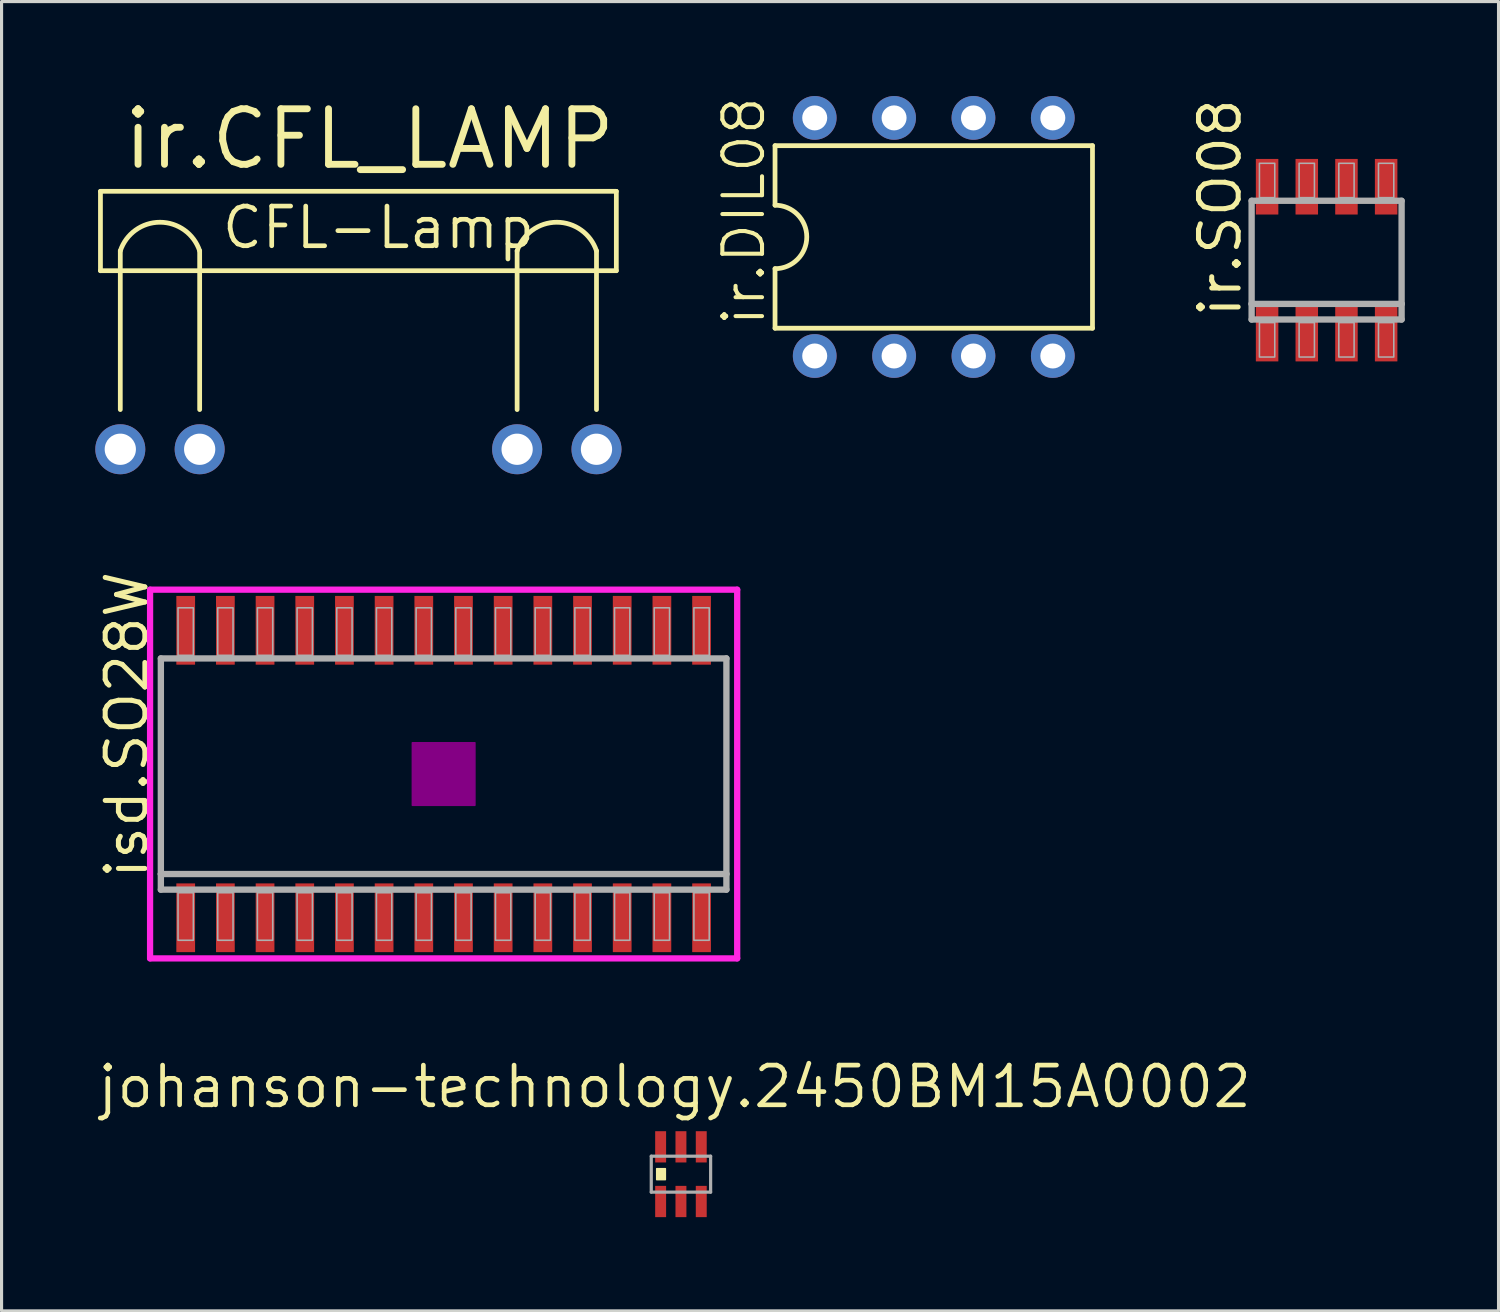
<source format=kicad_pcb>
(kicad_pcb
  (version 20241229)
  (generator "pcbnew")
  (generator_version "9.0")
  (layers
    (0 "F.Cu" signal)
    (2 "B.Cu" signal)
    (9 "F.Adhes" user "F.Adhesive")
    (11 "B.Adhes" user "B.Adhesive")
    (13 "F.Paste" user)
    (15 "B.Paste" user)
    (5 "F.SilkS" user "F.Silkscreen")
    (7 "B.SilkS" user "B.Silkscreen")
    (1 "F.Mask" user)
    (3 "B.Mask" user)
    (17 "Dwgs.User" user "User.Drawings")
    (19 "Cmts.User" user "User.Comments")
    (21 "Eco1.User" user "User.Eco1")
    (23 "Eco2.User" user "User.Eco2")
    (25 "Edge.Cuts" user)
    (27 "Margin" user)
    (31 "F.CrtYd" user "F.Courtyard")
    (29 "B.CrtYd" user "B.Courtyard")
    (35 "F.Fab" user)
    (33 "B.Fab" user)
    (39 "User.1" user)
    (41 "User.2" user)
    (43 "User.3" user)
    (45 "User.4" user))
  (footprint "ir.DIL08"
    (layer "F.Cu")
    (at 26.834 4.533)
    (property "Reference" "ir.DIL08" (at -5.334 2.921 90) (layer "F.SilkS") (effects (font (size 1.27 1.27) (thickness 0.13)) (justify left bottom)))
    (attr through_hole)
    (fp_line (start -5.08 -2.921) (end -5.08 -1.016) (stroke (width 0.152) (type default)) (layer "F.SilkS"))
    (fp_line (start -5.08 2.921) (end -5.08 1.016) (stroke (width 0.152) (type default)) (layer "F.SilkS"))
    (fp_line (start -5.08 2.921) (end 5.08 2.921) (stroke (width 0.152) (type default)) (layer "F.SilkS"))
    (fp_line (start 5.08 -2.921) (end -5.08 -2.921) (stroke (width 0.152) (type default)) (layer "F.SilkS"))
    (fp_line (start 5.08 -2.921) (end 5.08 2.921) (stroke (width 0.152) (type default)) (layer "F.SilkS"))
    (fp_arc (start -5.08 -1.016) (mid -4.064 0) (end -5.08 1.016) (stroke (width 0.1524) (type default)) (layer "F.SilkS"))
    (pad "1" thru_hole circle (at -3.81 3.81 90) (size 1.4 1.4) (drill 0.8) (layers "*.Cu" "*.Mask"))
    (pad "2" thru_hole circle (at -1.27 3.81 90) (size 1.4 1.4) (drill 0.8) (layers "*.Cu" "*.Mask"))
    (pad "3" thru_hole circle (at 1.27 3.81 90) (size 1.4 1.4) (drill 0.8) (layers "*.Cu" "*.Mask"))
    (pad "4" thru_hole circle (at 3.81 3.81 90) (size 1.4 1.4) (drill 0.8) (layers "*.Cu" "*.Mask"))
    (pad "5" thru_hole circle (at 3.81 -3.81 90) (size 1.4 1.4) (drill 0.8) (layers "*.Cu" "*.Mask"))
    (pad "6" thru_hole circle (at 1.27 -3.81 90) (size 1.4 1.4) (drill 0.8) (layers "*.Cu" "*.Mask"))
    (pad "7" thru_hole circle (at -1.27 -3.81 90) (size 1.4 1.4) (drill 0.8) (layers "*.Cu" "*.Mask"))
    (pad "8" thru_hole circle (at -3.81 -3.81 90) (size 1.4 1.4) (drill 0.8) (layers "*.Cu" "*.Mask")))
  (footprint "johanson-technology.2450BM15A0002"
    (layer "F.Cu")
    (at 18.743 34.528)
    (property "Reference" "johanson-technology.2450BM15A0002" (at -0.2 -2.8 0) (layer "F.SilkS") (effects (font (size 1.27 1.27) (thickness 0.15))))
    (attr smd)
    (fp_rect (start -0.775 0.175) (end -0.5 -0.175) (stroke (width 0.05) (type default)) (fill yes) (layer "F.SilkS"))
    (fp_line (start -0.95 -0.575) (end 0.95 -0.575) (stroke (width 0.102) (type default)) (layer "F.Fab"))
    (fp_line (start -0.95 0.575) (end -0.95 -0.575) (stroke (width 0.102) (type default)) (layer "F.Fab"))
    (fp_line (start 0.95 -0.575) (end 0.95 0.575) (stroke (width 0.102) (type default)) (layer "F.Fab"))
    (fp_line (start 0.95 0.575) (end -0.95 0.575) (stroke (width 0.102) (type default)) (layer "F.Fab"))
    (pad "1" smd roundrect (at -0.65 0.875) (size 0.35 1) (layers "F.Cu" "F.Mask" "F.Paste") (roundrect_rratio 0.01))
    (pad "2" smd roundrect (at 0 0.875) (size 0.35 1) (layers "F.Cu" "F.Mask" "F.Paste") (roundrect_rratio 0.01))
    (pad "3" smd roundrect (at 0.65 0.875) (size 0.35 1) (layers "F.Cu" "F.Mask" "F.Paste") (roundrect_rratio 0.01))
    (pad "4" smd roundrect (at 0.65 -0.875 180) (size 0.35 1) (layers "F.Cu" "F.Mask" "F.Paste") (roundrect_rratio 0.01))
    (pad "5" smd roundrect (at 0 -0.875 180) (size 0.35 1) (layers "F.Cu" "F.Mask" "F.Paste") (roundrect_rratio 0.01))
    (pad "6" smd roundrect (at -0.65 -0.875 180) (size 0.35 1) (layers "F.Cu" "F.Mask" "F.Paste") (roundrect_rratio 0.01)))
  (footprint "ir.CFL_LAMP"
    (layer "F.Cu")
    (at 8.42 11.328)
    (property "Reference" "ir.CFL_LAMP" (at -7.62 -8.89 0) (layer "F.SilkS") (effects (font (size 1.778 1.778) (thickness 0.22)) (justify left bottom)))
    (attr through_hole)
    (fp_line (start -8.255 -8.255) (end 8.255 -8.255) (stroke (width 0.152) (type default)) (layer "F.SilkS"))
    (fp_line (start -8.255 -5.715) (end -8.255 -8.255) (stroke (width 0.152) (type default)) (layer "F.SilkS"))
    (fp_line (start -7.62 -1.27) (end -7.62 -6.35) (stroke (width 0.152) (type default)) (layer "F.SilkS"))
    (fp_line (start -5.08 -6.35) (end -5.08 -1.27) (stroke (width 0.152) (type default)) (layer "F.SilkS"))
    (fp_line (start 5.08 -1.27) (end 5.08 -6.35) (stroke (width 0.152) (type default)) (layer "F.SilkS"))
    (fp_line (start 7.62 -6.35) (end 7.62 -1.27) (stroke (width 0.152) (type default)) (layer "F.SilkS"))
    (fp_line (start 8.255 -8.255) (end 8.255 -5.715) (stroke (width 0.152) (type default)) (layer "F.SilkS"))
    (fp_line (start 8.255 -5.715) (end -8.255 -5.715) (stroke (width 0.152) (type default)) (layer "F.SilkS"))
    (fp_arc (start -7.62 -6.35) (mid -6.35 -7.265319) (end -5.08 -6.35) (stroke (width 0.1524) (type default)) (layer "F.SilkS"))
    (fp_arc (start 5.08 -6.35) (mid 6.35 -7.265387) (end 7.62 -6.35) (stroke (width 0.1524) (type default)) (layer "F.SilkS"))
    (fp_text user "CFL-Lamp" (at -4.445 -6.35 0) (layer "F.SilkS") (effects (font (size 1.27 1.27) (thickness 0.15)) (justify left bottom)))
    (pad "1" thru_hole circle (at -7.62 0) (size 1.6 1.6) (drill 1) (layers "*.Cu" "*.Mask"))
    (pad "2" thru_hole circle (at -5.08 0) (size 1.6 1.6) (drill 1) (layers "*.Cu" "*.Mask"))
    (pad "3" thru_hole circle (at 5.08 0) (size 1.6 1.6) (drill 1) (layers "*.Cu" "*.Mask"))
    (pad "4" thru_hole circle (at 7.62 0) (size 1.6 1.6) (drill 1) (layers "*.Cu" "*.Mask")))
  (footprint "ir.SO08"
    (layer "F.Cu")
    (at 39.407 5.276)
    (property "Reference" "ir.SO08" (at -2.667 1.905 90) (layer "F.SilkS") (effects (font (size 1.27 1.27) (thickness 0.16)) (justify left bottom)))
    (attr smd)
    (fp_line (start -2.4 -1.9) (end 2.4 -1.9) (stroke (width 0.203) (type default)) (layer "F.Fab"))
    (fp_line (start -2.4 1.4) (end -2.4 -1.9) (stroke (width 0.203) (type default)) (layer "F.Fab"))
    (fp_line (start -2.4 1.9) (end -2.4 1.4) (stroke (width 0.203) (type default)) (layer "F.Fab"))
    (fp_line (start 2.4 -1.9) (end 2.4 1.4) (stroke (width 0.203) (type default)) (layer "F.Fab"))
    (fp_line (start 2.4 1.4) (end -2.4 1.4) (stroke (width 0.203) (type default)) (layer "F.Fab"))
    (fp_line (start 2.4 1.4) (end 2.4 1.9) (stroke (width 0.203) (type default)) (layer "F.Fab"))
    (fp_line (start 2.4 1.9) (end -2.4 1.9) (stroke (width 0.203) (type default)) (layer "F.Fab"))
    (fp_rect (start -2.15 -2) (end -1.66 -3.1) (stroke (width 0.05) (type default)) (fill no) (layer "F.Fab"))
    (fp_rect (start -2.15 3.1) (end -1.66 2) (stroke (width 0.05) (type default)) (fill no) (layer "F.Fab"))
    (fp_rect (start -0.88 -2) (end -0.39 -3.1) (stroke (width 0.05) (type default)) (fill no) (layer "F.Fab"))
    (fp_rect (start -0.88 3.1) (end -0.39 2) (stroke (width 0.05) (type default)) (fill no) (layer "F.Fab"))
    (fp_rect (start 0.39 -2) (end 0.88 -3.1) (stroke (width 0.05) (type default)) (fill no) (layer "F.Fab"))
    (fp_rect (start 0.39 3.1) (end 0.88 2) (stroke (width 0.05) (type default)) (fill no) (layer "F.Fab"))
    (fp_rect (start 1.66 -2) (end 2.15 -3.1) (stroke (width 0.05) (type default)) (fill no) (layer "F.Fab"))
    (fp_rect (start 1.66 3.1) (end 2.15 2) (stroke (width 0.05) (type default)) (fill no) (layer "F.Fab"))
    (pad "1" smd roundrect (at -1.905 2.35) (size 0.72 1.78) (layers "F.Cu" "F.Mask" "F.Paste") (roundrect_rratio 0.01))
    (pad "2" smd roundrect (at -0.635 2.35) (size 0.72 1.78) (layers "F.Cu" "F.Mask" "F.Paste") (roundrect_rratio 0.01))
    (pad "3" smd roundrect (at 0.635 2.35) (size 0.72 1.78) (layers "F.Cu" "F.Mask" "F.Paste") (roundrect_rratio 0.01))
    (pad "4" smd roundrect (at 1.905 2.35) (size 0.72 1.78) (layers "F.Cu" "F.Mask" "F.Paste") (roundrect_rratio 0.01))
    (pad "5" smd roundrect (at 1.905 -2.35) (size 0.72 1.78) (layers "F.Cu" "F.Mask" "F.Paste") (roundrect_rratio 0.01))
    (pad "6" smd roundrect (at 0.635 -2.35) (size 0.72 1.78) (layers "F.Cu" "F.Mask" "F.Paste") (roundrect_rratio 0.01))
    (pad "7" smd roundrect (at -0.635 -2.35) (size 0.72 1.78) (layers "F.Cu" "F.Mask" "F.Paste") (roundrect_rratio 0.01))
    (pad "8" smd roundrect (at -1.905 -2.35) (size 0.72 1.78) (layers "F.Cu" "F.Mask" "F.Paste") (roundrect_rratio 0.01)))
  (footprint "isd.SO28W"
    (layer "F.Cu")
    (at 11.148 21.722)
    (property "Reference" "isd.SO28W" (at -9.398 3.429 90) (layer "F.SilkS") (effects (font (size 1.27 1.27) (thickness 0.16)) (justify left bottom)))
    (attr smd)
    (fp_rect (start -1 1) (end 1 -1) (stroke (width 0.05) (type default)) (fill yes) (layer "F.Adhes"))
    (fp_line (start -9.395 -5.9) (end 9.395 -5.9) (stroke (width 0.2) (type default)) (layer "F.CrtYd"))
    (fp_line (start -9.395 5.9) (end -9.395 -5.9) (stroke (width 0.2) (type default)) (layer "F.CrtYd"))
    (fp_line (start 9.395 -5.9) (end 9.395 5.9) (stroke (width 0.2) (type default)) (layer "F.CrtYd"))
    (fp_line (start 9.395 5.9) (end -9.395 5.9) (stroke (width 0.2) (type default)) (layer "F.CrtYd"))
    (fp_line (start -9.05 -3.7) (end 9.05 -3.7) (stroke (width 0.203) (type default)) (layer "F.Fab"))
    (fp_line (start -9.05 3.2) (end -9.05 -3.7) (stroke (width 0.203) (type default)) (layer "F.Fab"))
    (fp_line (start -9.05 3.7) (end -9.05 3.2) (stroke (width 0.203) (type default)) (layer "F.Fab"))
    (fp_line (start 9.05 -3.7) (end 9.05 3.2) (stroke (width 0.203) (type default)) (layer "F.Fab"))
    (fp_line (start 9.05 3.2) (end -9.05 3.2) (stroke (width 0.203) (type default)) (layer "F.Fab"))
    (fp_line (start 9.05 3.2) (end 9.05 3.7) (stroke (width 0.203) (type default)) (layer "F.Fab"))
    (fp_line (start 9.05 3.7) (end -9.05 3.7) (stroke (width 0.203) (type default)) (layer "F.Fab"))
    (fp_rect (start -8.5 -3.8) (end -8.01 -5.32) (stroke (width 0.05) (type default)) (fill no) (layer "F.Fab"))
    (fp_rect (start -8.5 5.32) (end -8.01 3.8) (stroke (width 0.05) (type default)) (fill no) (layer "F.Fab"))
    (fp_rect (start -7.23 -3.8) (end -6.74 -5.32) (stroke (width 0.05) (type default)) (fill no) (layer "F.Fab"))
    (fp_rect (start -7.23 5.32) (end -6.74 3.8) (stroke (width 0.05) (type default)) (fill no) (layer "F.Fab"))
    (fp_rect (start -5.96 -3.8) (end -5.47 -5.32) (stroke (width 0.05) (type default)) (fill no) (layer "F.Fab"))
    (fp_rect (start -5.96 5.32) (end -5.47 3.8) (stroke (width 0.05) (type default)) (fill no) (layer "F.Fab"))
    (fp_rect (start -4.69 -3.8) (end -4.2 -5.32) (stroke (width 0.05) (type default)) (fill no) (layer "F.Fab"))
    (fp_rect (start -4.69 5.32) (end -4.2 3.8) (stroke (width 0.05) (type default)) (fill no) (layer "F.Fab"))
    (fp_rect (start -3.42 -3.8) (end -2.93 -5.32) (stroke (width 0.05) (type default)) (fill no) (layer "F.Fab"))
    (fp_rect (start -3.42 5.32) (end -2.93 3.8) (stroke (width 0.05) (type default)) (fill no) (layer "F.Fab"))
    (fp_rect (start -2.15 -3.8) (end -1.66 -5.32) (stroke (width 0.05) (type default)) (fill no) (layer "F.Fab"))
    (fp_rect (start -2.15 5.32) (end -1.66 3.8) (stroke (width 0.05) (type default)) (fill no) (layer "F.Fab"))
    (fp_rect (start -0.88 -3.8) (end -0.39 -5.32) (stroke (width 0.05) (type default)) (fill no) (layer "F.Fab"))
    (fp_rect (start -0.88 5.32) (end -0.39 3.8) (stroke (width 0.05) (type default)) (fill no) (layer "F.Fab"))
    (fp_rect (start 0.39 -3.8) (end 0.88 -5.32) (stroke (width 0.05) (type default)) (fill no) (layer "F.Fab"))
    (fp_rect (start 0.39 5.32) (end 0.88 3.8) (stroke (width 0.05) (type default)) (fill no) (layer "F.Fab"))
    (fp_rect (start 1.66 -3.8) (end 2.15 -5.32) (stroke (width 0.05) (type default)) (fill no) (layer "F.Fab"))
    (fp_rect (start 1.66 5.32) (end 2.15 3.8) (stroke (width 0.05) (type default)) (fill no) (layer "F.Fab"))
    (fp_rect (start 2.93 -3.8) (end 3.42 -5.32) (stroke (width 0.05) (type default)) (fill no) (layer "F.Fab"))
    (fp_rect (start 2.93 5.32) (end 3.42 3.8) (stroke (width 0.05) (type default)) (fill no) (layer "F.Fab"))
    (fp_rect (start 4.2 -3.8) (end 4.69 -5.32) (stroke (width 0.05) (type default)) (fill no) (layer "F.Fab"))
    (fp_rect (start 4.2 5.32) (end 4.69 3.8) (stroke (width 0.05) (type default)) (fill no) (layer "F.Fab"))
    (fp_rect (start 5.47 -3.8) (end 5.96 -5.32) (stroke (width 0.05) (type default)) (fill no) (layer "F.Fab"))
    (fp_rect (start 5.47 5.32) (end 5.96 3.8) (stroke (width 0.05) (type default)) (fill no) (layer "F.Fab"))
    (fp_rect (start 6.74 -3.8) (end 7.23 -5.32) (stroke (width 0.05) (type default)) (fill no) (layer "F.Fab"))
    (fp_rect (start 6.74 5.32) (end 7.23 3.8) (stroke (width 0.05) (type default)) (fill no) (layer "F.Fab"))
    (fp_rect (start 8.01 -3.8) (end 8.5 -5.32) (stroke (width 0.05) (type default)) (fill no) (layer "F.Fab"))
    (fp_rect (start 8.01 5.32) (end 8.5 3.8) (stroke (width 0.05) (type default)) (fill no) (layer "F.Fab"))
    (pad "1" smd roundrect (at -8.255 4.6) (size 0.6 2.2) (layers "F.Cu" "F.Mask" "F.Paste") (roundrect_rratio 0.01))
    (pad "2" smd roundrect (at -6.985 4.6) (size 0.6 2.2) (layers "F.Cu" "F.Mask" "F.Paste") (roundrect_rratio 0.01))
    (pad "3" smd roundrect (at -5.715 4.6) (size 0.6 2.2) (layers "F.Cu" "F.Mask" "F.Paste") (roundrect_rratio 0.01))
    (pad "4" smd roundrect (at -4.445 4.6) (size 0.6 2.2) (layers "F.Cu" "F.Mask" "F.Paste") (roundrect_rratio 0.01))
    (pad "5" smd roundrect (at -3.175 4.6) (size 0.6 2.2) (layers "F.Cu" "F.Mask" "F.Paste") (roundrect_rratio 0.01))
    (pad "6" smd roundrect (at -1.905 4.6) (size 0.6 2.2) (layers "F.Cu" "F.Mask" "F.Paste") (roundrect_rratio 0.01))
    (pad "7" smd roundrect (at -0.635 4.6) (size 0.6 2.2) (layers "F.Cu" "F.Mask" "F.Paste") (roundrect_rratio 0.01))
    (pad "8" smd roundrect (at 0.635 4.6) (size 0.6 2.2) (layers "F.Cu" "F.Mask" "F.Paste") (roundrect_rratio 0.01))
    (pad "9" smd roundrect (at 1.905 4.6) (size 0.6 2.2) (layers "F.Cu" "F.Mask" "F.Paste") (roundrect_rratio 0.01))
    (pad "10" smd roundrect (at 3.175 4.6) (size 0.6 2.2) (layers "F.Cu" "F.Mask" "F.Paste") (roundrect_rratio 0.01))
    (pad "11" smd roundrect (at 4.445 4.6) (size 0.6 2.2) (layers "F.Cu" "F.Mask" "F.Paste") (roundrect_rratio 0.01))
    (pad "12" smd roundrect (at 5.715 4.6) (size 0.6 2.2) (layers "F.Cu" "F.Mask" "F.Paste") (roundrect_rratio 0.01))
    (pad "13" smd roundrect (at 6.985 4.6) (size 0.6 2.2) (layers "F.Cu" "F.Mask" "F.Paste") (roundrect_rratio 0.01))
    (pad "14" smd roundrect (at 8.255 4.6) (size 0.6 2.2) (layers "F.Cu" "F.Mask" "F.Paste") (roundrect_rratio 0.01))
    (pad "15" smd roundrect (at 8.255 -4.6) (size 0.6 2.2) (layers "F.Cu" "F.Mask" "F.Paste") (roundrect_rratio 0.01))
    (pad "16" smd roundrect (at 6.985 -4.6) (size 0.6 2.2) (layers "F.Cu" "F.Mask" "F.Paste") (roundrect_rratio 0.01))
    (pad "17" smd roundrect (at 5.715 -4.6) (size 0.6 2.2) (layers "F.Cu" "F.Mask" "F.Paste") (roundrect_rratio 0.01))
    (pad "18" smd roundrect (at 4.445 -4.6) (size 0.6 2.2) (layers "F.Cu" "F.Mask" "F.Paste") (roundrect_rratio 0.01))
    (pad "19" smd roundrect (at 3.175 -4.6) (size 0.6 2.2) (layers "F.Cu" "F.Mask" "F.Paste") (roundrect_rratio 0.01))
    (pad "20" smd roundrect (at 1.905 -4.6) (size 0.6 2.2) (layers "F.Cu" "F.Mask" "F.Paste") (roundrect_rratio 0.01))
    (pad "21" smd roundrect (at 0.635 -4.6) (size 0.6 2.2) (layers "F.Cu" "F.Mask" "F.Paste") (roundrect_rratio 0.01))
    (pad "22" smd roundrect (at -0.635 -4.6) (size 0.6 2.2) (layers "F.Cu" "F.Mask" "F.Paste") (roundrect_rratio 0.01))
    (pad "23" smd roundrect (at -1.905 -4.6) (size 0.6 2.2) (layers "F.Cu" "F.Mask" "F.Paste") (roundrect_rratio 0.01))
    (pad "24" smd roundrect (at -3.175 -4.6) (size 0.6 2.2) (layers "F.Cu" "F.Mask" "F.Paste") (roundrect_rratio 0.01))
    (pad "25" smd roundrect (at -4.445 -4.6) (size 0.6 2.2) (layers "F.Cu" "F.Mask" "F.Paste") (roundrect_rratio 0.01))
    (pad "26" smd roundrect (at -5.715 -4.6) (size 0.6 2.2) (layers "F.Cu" "F.Mask" "F.Paste") (roundrect_rratio 0.01))
    (pad "27" smd roundrect (at -6.985 -4.6) (size 0.6 2.2) (layers "F.Cu" "F.Mask" "F.Paste") (roundrect_rratio 0.01))
    (pad "28" smd roundrect (at -8.255 -4.6) (size 0.6 2.2) (layers "F.Cu" "F.Mask" "F.Paste") (roundrect_rratio 0.01)))
  (gr_rect
    (start -3 -3)
    (end 44.909 38.903)
    (stroke (width 0.1) (type default))
    (fill no)
    (layer "Edge.Cuts")))
</source>
